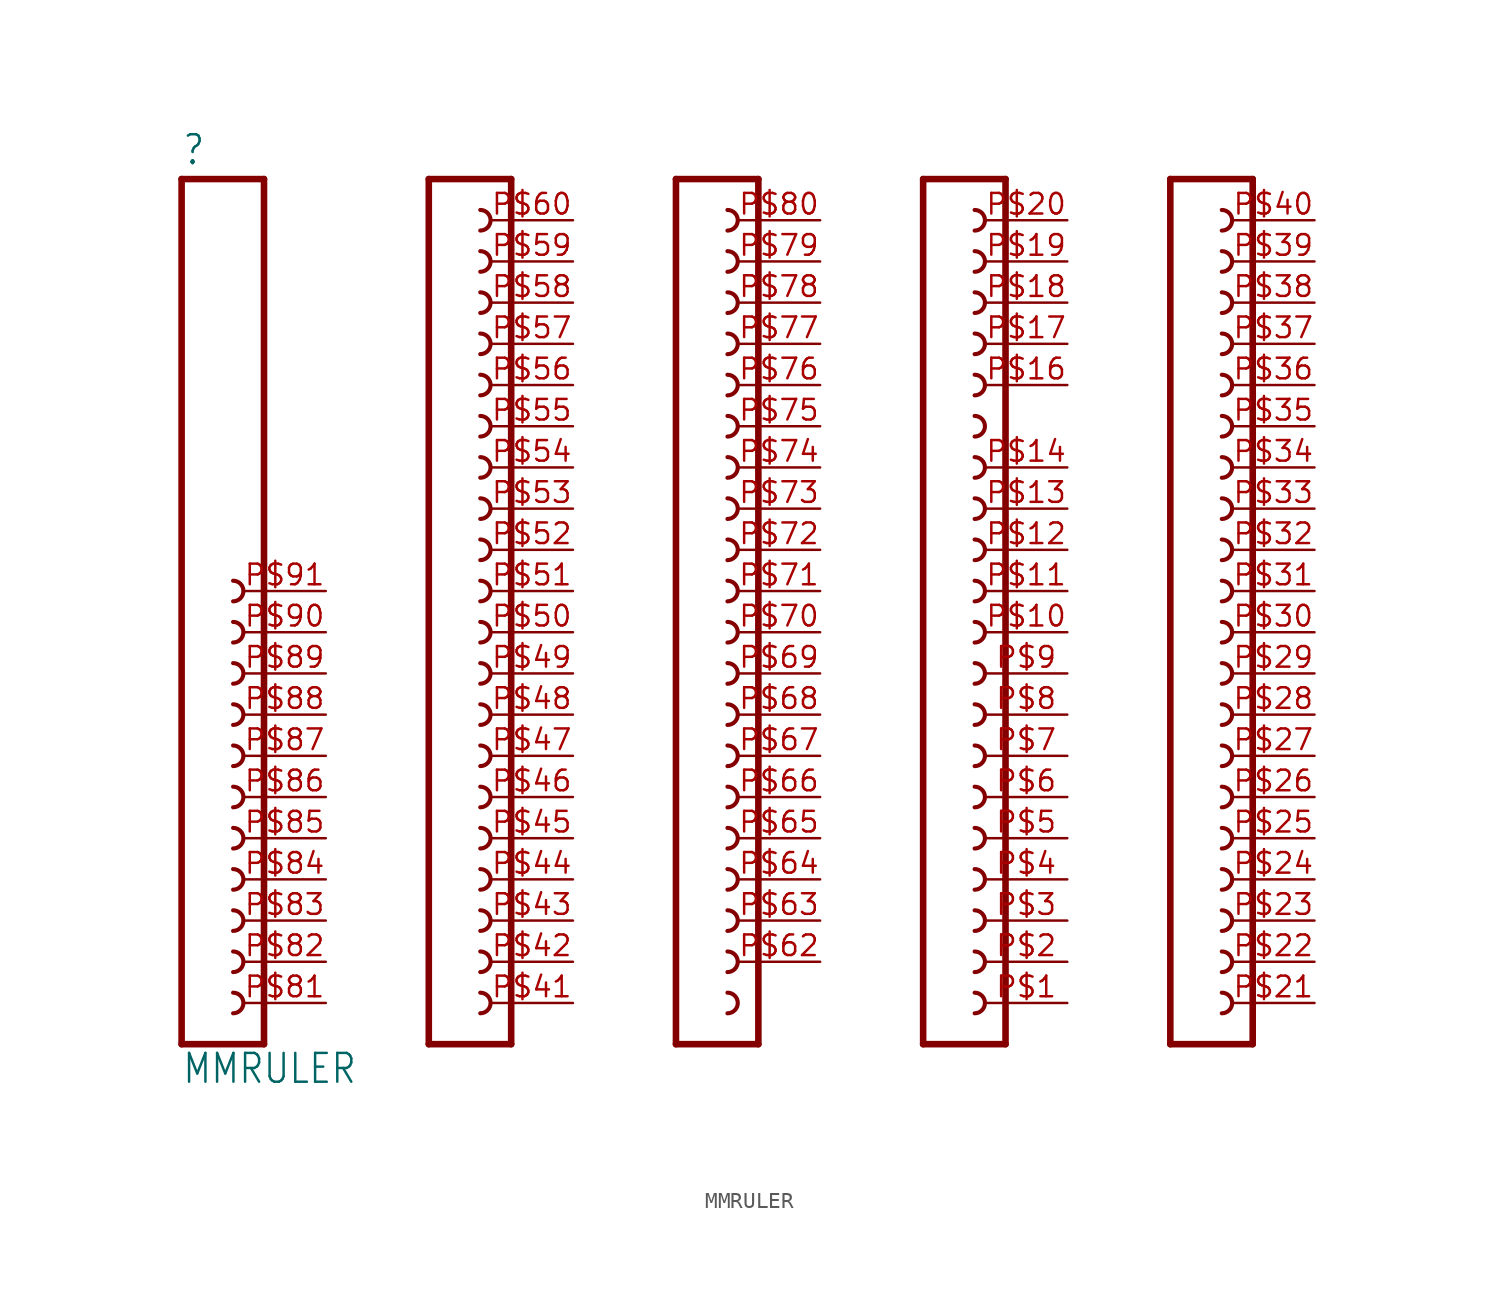
<source format=kicad_sym>
(kicad_symbol_lib
  (version 20211014)
  (generator kicad_symbol_editor)
  (symbol "MMRULER"
    (property "Reference" ""
      (at -49.53 28.702 0)
      (effects (font (size 1.778 1.511)) (justify left bottom)))
    (property "Value" "MMRULER"
      (at -49.53 -27.94 0)
      (effects (font (size 1.778 1.511)) (justify left bottom)))
    (property "ki_locked" ""
      (at 0 0 0)
      (effects (font (size 1.27 1.27))))
    (symbol "MMRULER_1_0"
      (arc (start -46.355 -23.495) (mid -45.72 -22.86) (end -46.355 -22.225) (stroke (width 0.254) (type default) (color 0 0 0 0)) (fill (type none)))
      (arc (start -46.355 -20.955) (mid -45.72 -20.32) (end -46.355 -19.685) (stroke (width 0.254) (type default) (color 0 0 0 0)) (fill (type none)))
      (arc (start -46.355 -18.415) (mid -45.72 -17.78) (end -46.355 -17.145) (stroke (width 0.254) (type default) (color 0 0 0 0)) (fill (type none)))
      (arc (start -46.355 -15.875) (mid -45.72 -15.24) (end -46.355 -14.605) (stroke (width 0.254) (type default) (color 0 0 0 0)) (fill (type none)))
      (arc (start -46.355 -13.335) (mid -45.72 -12.7) (end -46.355 -12.065) (stroke (width 0.254) (type default) (color 0 0 0 0)) (fill (type none)))
      (arc (start -46.355 -10.795) (mid -45.72 -10.16) (end -46.355 -9.525) (stroke (width 0.254) (type default) (color 0 0 0 0)) (fill (type none)))
      (arc (start -46.355 -8.255) (mid -45.72 -7.62) (end -46.355 -6.985) (stroke (width 0.254) (type default) (color 0 0 0 0)) (fill (type none)))
      (arc (start -46.355 -5.715) (mid -45.72 -5.08) (end -46.355 -4.445) (stroke (width 0.254) (type default) (color 0 0 0 0)) (fill (type none)))
      (arc (start -46.355 -3.175) (mid -45.72 -2.54) (end -46.355 -1.905) (stroke (width 0.254) (type default) (color 0 0 0 0)) (fill (type none)))
      (arc (start -46.355 -0.635) (mid -45.72 0) (end -46.355 0.635) (stroke (width 0.254) (type default) (color 0 0 0 0)) (fill (type none)))
      (arc (start -46.355 1.905) (mid -45.72 2.54) (end -46.355 3.175) (stroke (width 0.254) (type default) (color 0 0 0 0)) (fill (type none)))
      (arc (start -31.115 -23.495) (mid -30.48 -22.86) (end -31.115 -22.225) (stroke (width 0.254) (type default) (color 0 0 0 0)) (fill (type none)))
      (arc (start -31.115 -20.955) (mid -30.48 -20.32) (end -31.115 -19.685) (stroke (width 0.254) (type default) (color 0 0 0 0)) (fill (type none)))
      (arc (start -31.115 -18.415) (mid -30.48 -17.78) (end -31.115 -17.145) (stroke (width 0.254) (type default) (color 0 0 0 0)) (fill (type none)))
      (arc (start -31.115 -15.875) (mid -30.48 -15.24) (end -31.115 -14.605) (stroke (width 0.254) (type default) (color 0 0 0 0)) (fill (type none)))
      (arc (start -31.115 -13.335) (mid -30.48 -12.7) (end -31.115 -12.065) (stroke (width 0.254) (type default) (color 0 0 0 0)) (fill (type none)))
      (arc (start -31.115 -10.795) (mid -30.48 -10.16) (end -31.115 -9.525) (stroke (width 0.254) (type default) (color 0 0 0 0)) (fill (type none)))
      (arc (start -31.115 -8.255) (mid -30.48 -7.62) (end -31.115 -6.985) (stroke (width 0.254) (type default) (color 0 0 0 0)) (fill (type none)))
      (arc (start -31.115 -5.715) (mid -30.48 -5.08) (end -31.115 -4.445) (stroke (width 0.254) (type default) (color 0 0 0 0)) (fill (type none)))
      (arc (start -31.115 -3.175) (mid -30.48 -2.54) (end -31.115 -1.905) (stroke (width 0.254) (type default) (color 0 0 0 0)) (fill (type none)))
      (arc (start -31.115 -0.635) (mid -30.48 0) (end -31.115 0.635) (stroke (width 0.254) (type default) (color 0 0 0 0)) (fill (type none)))
      (arc (start -31.115 1.905) (mid -30.48 2.54) (end -31.115 3.175) (stroke (width 0.254) (type default) (color 0 0 0 0)) (fill (type none)))
      (arc (start -31.115 4.445) (mid -30.48 5.08) (end -31.115 5.715) (stroke (width 0.254) (type default) (color 0 0 0 0)) (fill (type none)))
      (arc (start -31.115 6.985) (mid -30.48 7.62) (end -31.115 8.255) (stroke (width 0.254) (type default) (color 0 0 0 0)) (fill (type none)))
      (arc (start -31.115 9.525) (mid -30.48 10.16) (end -31.115 10.795) (stroke (width 0.254) (type default) (color 0 0 0 0)) (fill (type none)))
      (arc (start -31.115 12.065) (mid -30.48 12.7) (end -31.115 13.335) (stroke (width 0.254) (type default) (color 0 0 0 0)) (fill (type none)))
      (arc (start -31.115 14.605) (mid -30.48 15.24) (end -31.115 15.875) (stroke (width 0.254) (type default) (color 0 0 0 0)) (fill (type none)))
      (arc (start -31.115 17.145) (mid -30.48 17.78) (end -31.115 18.415) (stroke (width 0.254) (type default) (color 0 0 0 0)) (fill (type none)))
      (arc (start -31.115 19.685) (mid -30.48 20.32) (end -31.115 20.955) (stroke (width 0.254) (type default) (color 0 0 0 0)) (fill (type none)))
      (arc (start -31.115 22.225) (mid -30.48 22.86) (end -31.115 23.495) (stroke (width 0.254) (type default) (color 0 0 0 0)) (fill (type none)))
      (arc (start -31.115 24.765) (mid -30.48 25.4) (end -31.115 26.035) (stroke (width 0.254) (type default) (color 0 0 0 0)) (fill (type none)))
      (arc (start -15.875 -23.495) (mid -15.24 -22.86) (end -15.875 -22.225) (stroke (width 0.254) (type default) (color 0 0 0 0)) (fill (type none)))
      (arc (start -15.875 -20.955) (mid -15.24 -20.32) (end -15.875 -19.685) (stroke (width 0.254) (type default) (color 0 0 0 0)) (fill (type none)))
      (arc (start -15.875 -18.415) (mid -15.24 -17.78) (end -15.875 -17.145) (stroke (width 0.254) (type default) (color 0 0 0 0)) (fill (type none)))
      (arc (start -15.875 -15.875) (mid -15.24 -15.24) (end -15.875 -14.605) (stroke (width 0.254) (type default) (color 0 0 0 0)) (fill (type none)))
      (arc (start -15.875 -13.335) (mid -15.24 -12.7) (end -15.875 -12.065) (stroke (width 0.254) (type default) (color 0 0 0 0)) (fill (type none)))
      (arc (start -15.875 -10.795) (mid -15.24 -10.16) (end -15.875 -9.525) (stroke (width 0.254) (type default) (color 0 0 0 0)) (fill (type none)))
      (arc (start -15.875 -8.255) (mid -15.24 -7.62) (end -15.875 -6.985) (stroke (width 0.254) (type default) (color 0 0 0 0)) (fill (type none)))
      (arc (start -15.875 -5.715) (mid -15.24 -5.08) (end -15.875 -4.445) (stroke (width 0.254) (type default) (color 0 0 0 0)) (fill (type none)))
      (arc (start -15.875 -3.175) (mid -15.24 -2.54) (end -15.875 -1.905) (stroke (width 0.254) (type default) (color 0 0 0 0)) (fill (type none)))
      (arc (start -15.875 -0.635) (mid -15.24 0) (end -15.875 0.635) (stroke (width 0.254) (type default) (color 0 0 0 0)) (fill (type none)))
      (arc (start -15.875 1.905) (mid -15.24 2.54) (end -15.875 3.175) (stroke (width 0.254) (type default) (color 0 0 0 0)) (fill (type none)))
      (arc (start -15.875 4.445) (mid -15.24 5.08) (end -15.875 5.715) (stroke (width 0.254) (type default) (color 0 0 0 0)) (fill (type none)))
      (arc (start -15.875 6.985) (mid -15.24 7.62) (end -15.875 8.255) (stroke (width 0.254) (type default) (color 0 0 0 0)) (fill (type none)))
      (arc (start -15.875 9.525) (mid -15.24 10.16) (end -15.875 10.795) (stroke (width 0.254) (type default) (color 0 0 0 0)) (fill (type none)))
      (arc (start -15.875 12.065) (mid -15.24 12.7) (end -15.875 13.335) (stroke (width 0.254) (type default) (color 0 0 0 0)) (fill (type none)))
      (arc (start -15.875 14.605) (mid -15.24 15.24) (end -15.875 15.875) (stroke (width 0.254) (type default) (color 0 0 0 0)) (fill (type none)))
      (arc (start -15.875 17.145) (mid -15.24 17.78) (end -15.875 18.415) (stroke (width 0.254) (type default) (color 0 0 0 0)) (fill (type none)))
      (arc (start -15.875 19.685) (mid -15.24 20.32) (end -15.875 20.955) (stroke (width 0.254) (type default) (color 0 0 0 0)) (fill (type none)))
      (arc (start -15.875 22.225) (mid -15.24 22.86) (end -15.875 23.495) (stroke (width 0.254) (type default) (color 0 0 0 0)) (fill (type none)))
      (arc (start -15.875 24.765) (mid -15.24 25.4) (end -15.875 26.035) (stroke (width 0.254) (type default) (color 0 0 0 0)) (fill (type none)))
      (arc (start -0.635 -23.495) (mid 0 -22.86) (end -0.635 -22.225) (stroke (width 0.254) (type default) (color 0 0 0 0)) (fill (type none)))
      (arc (start -0.635 -20.955) (mid 0 -20.32) (end -0.635 -19.685) (stroke (width 0.254) (type default) (color 0 0 0 0)) (fill (type none)))
      (arc (start -0.635 -18.415) (mid 0 -17.78) (end -0.635 -17.145) (stroke (width 0.254) (type default) (color 0 0 0 0)) (fill (type none)))
      (arc (start -0.635 -15.875) (mid 0 -15.24) (end -0.635 -14.605) (stroke (width 0.254) (type default) (color 0 0 0 0)) (fill (type none)))
      (arc (start -0.635 -13.335) (mid 0 -12.7) (end -0.635 -12.065) (stroke (width 0.254) (type default) (color 0 0 0 0)) (fill (type none)))
      (arc (start -0.635 -10.795) (mid 0 -10.16) (end -0.635 -9.525) (stroke (width 0.254) (type default) (color 0 0 0 0)) (fill (type none)))
      (arc (start -0.635 -8.255) (mid 0 -7.62) (end -0.635 -6.985) (stroke (width 0.254) (type default) (color 0 0 0 0)) (fill (type none)))
      (arc (start -0.635 -5.715) (mid 0 -5.08) (end -0.635 -4.445) (stroke (width 0.254) (type default) (color 0 0 0 0)) (fill (type none)))
      (arc (start -0.635 -3.175) (mid 0 -2.54) (end -0.635 -1.905) (stroke (width 0.254) (type default) (color 0 0 0 0)) (fill (type none)))
      (arc (start -0.635 -0.635) (mid 0 0) (end -0.635 0.635) (stroke (width 0.254) (type default) (color 0 0 0 0)) (fill (type none)))
      (arc (start -0.635 1.905) (mid 0 2.54) (end -0.635 3.175) (stroke (width 0.254) (type default) (color 0 0 0 0)) (fill (type none)))
      (arc (start -0.635 4.445) (mid 0 5.08) (end -0.635 5.715) (stroke (width 0.254) (type default) (color 0 0 0 0)) (fill (type none)))
      (arc (start -0.635 6.985) (mid 0 7.62) (end -0.635 8.255) (stroke (width 0.254) (type default) (color 0 0 0 0)) (fill (type none)))
      (arc (start -0.635 9.525) (mid 0 10.16) (end -0.635 10.795) (stroke (width 0.254) (type default) (color 0 0 0 0)) (fill (type none)))
      (arc (start -0.635 12.065) (mid 0 12.7) (end -0.635 13.335) (stroke (width 0.254) (type default) (color 0 0 0 0)) (fill (type none)))
      (arc (start -0.635 14.605) (mid 0 15.24) (end -0.635 15.875) (stroke (width 0.254) (type default) (color 0 0 0 0)) (fill (type none)))
      (arc (start -0.635 17.145) (mid 0 17.78) (end -0.635 18.415) (stroke (width 0.254) (type default) (color 0 0 0 0)) (fill (type none)))
      (arc (start -0.635 19.685) (mid 0 20.32) (end -0.635 20.955) (stroke (width 0.254) (type default) (color 0 0 0 0)) (fill (type none)))
      (arc (start -0.635 22.225) (mid 0 22.86) (end -0.635 23.495) (stroke (width 0.254) (type default) (color 0 0 0 0)) (fill (type none)))
      (arc (start -0.635 24.765) (mid 0 25.4) (end -0.635 26.035) (stroke (width 0.254) (type default) (color 0 0 0 0)) (fill (type none)))
      (polyline (pts (xy -49.53 27.94) (xy -49.53 -25.4)) (stroke (width 0.406) (type default) (color 0 0 0 0)) (fill (type none)))
      (polyline (pts (xy -49.53 27.94) (xy -44.45 27.94)) (stroke (width 0.406) (type default) (color 0 0 0 0)) (fill (type none)))
      (polyline (pts (xy -44.45 -25.4) (xy -49.53 -25.4)) (stroke (width 0.406) (type default) (color 0 0 0 0)) (fill (type none)))
      (polyline (pts (xy -44.45 -25.4) (xy -44.45 27.94)) (stroke (width 0.406) (type default) (color 0 0 0 0)) (fill (type none)))
      (polyline (pts (xy -34.29 27.94) (xy -34.29 -25.4)) (stroke (width 0.406) (type default) (color 0 0 0 0)) (fill (type none)))
      (polyline (pts (xy -34.29 27.94) (xy -29.21 27.94)) (stroke (width 0.406) (type default) (color 0 0 0 0)) (fill (type none)))
      (polyline (pts (xy -29.21 -25.4) (xy -34.29 -25.4)) (stroke (width 0.406) (type default) (color 0 0 0 0)) (fill (type none)))
      (polyline (pts (xy -29.21 -25.4) (xy -29.21 27.94)) (stroke (width 0.406) (type default) (color 0 0 0 0)) (fill (type none)))
      (polyline (pts (xy -19.05 27.94) (xy -19.05 -25.4)) (stroke (width 0.406) (type default) (color 0 0 0 0)) (fill (type none)))
      (polyline (pts (xy -19.05 27.94) (xy -13.97 27.94)) (stroke (width 0.406) (type default) (color 0 0 0 0)) (fill (type none)))
      (polyline (pts (xy -13.97 -25.4) (xy -19.05 -25.4)) (stroke (width 0.406) (type default) (color 0 0 0 0)) (fill (type none)))
      (polyline (pts (xy -13.97 -25.4) (xy -13.97 27.94)) (stroke (width 0.406) (type default) (color 0 0 0 0)) (fill (type none)))
      (polyline (pts (xy -3.81 27.94) (xy -3.81 -25.4)) (stroke (width 0.406) (type default) (color 0 0 0 0)) (fill (type none)))
      (polyline (pts (xy -3.81 27.94) (xy 1.27 27.94)) (stroke (width 0.406) (type default) (color 0 0 0 0)) (fill (type none)))
      (polyline (pts (xy 1.27 -25.4) (xy -3.81 -25.4)) (stroke (width 0.406) (type default) (color 0 0 0 0)) (fill (type none)))
      (polyline (pts (xy 1.27 -25.4) (xy 1.27 27.94)) (stroke (width 0.406) (type default) (color 0 0 0 0)) (fill (type none)))
      (polyline (pts (xy 11.43 27.94) (xy 11.43 -25.4)) (stroke (width 0.406) (type default) (color 0 0 0 0)) (fill (type none)))
      (polyline (pts (xy 11.43 27.94) (xy 16.51 27.94)) (stroke (width 0.406) (type default) (color 0 0 0 0)) (fill (type none)))
      (polyline (pts (xy 16.51 -25.4) (xy 11.43 -25.4)) (stroke (width 0.406) (type default) (color 0 0 0 0)) (fill (type none)))
      (polyline (pts (xy 16.51 -25.4) (xy 16.51 27.94)) (stroke (width 0.406) (type default) (color 0 0 0 0)) (fill (type none)))
      (arc (start 14.605 -23.495) (mid 15.24 -22.86) (end 14.605 -22.225) (stroke (width 0.254) (type default) (color 0 0 0 0)) (fill (type none)))
      (arc (start 14.605 -20.955) (mid 15.24 -20.32) (end 14.605 -19.685) (stroke (width 0.254) (type default) (color 0 0 0 0)) (fill (type none)))
      (arc (start 14.605 -18.415) (mid 15.24 -17.78) (end 14.605 -17.145) (stroke (width 0.254) (type default) (color 0 0 0 0)) (fill (type none)))
      (arc (start 14.605 -15.875) (mid 15.24 -15.24) (end 14.605 -14.605) (stroke (width 0.254) (type default) (color 0 0 0 0)) (fill (type none)))
      (arc (start 14.605 -13.335) (mid 15.24 -12.7) (end 14.605 -12.065) (stroke (width 0.254) (type default) (color 0 0 0 0)) (fill (type none)))
      (arc (start 14.605 -10.795) (mid 15.24 -10.16) (end 14.605 -9.525) (stroke (width 0.254) (type default) (color 0 0 0 0)) (fill (type none)))
      (arc (start 14.605 -8.255) (mid 15.24 -7.62) (end 14.605 -6.985) (stroke (width 0.254) (type default) (color 0 0 0 0)) (fill (type none)))
      (arc (start 14.605 -5.715) (mid 15.24 -5.08) (end 14.605 -4.445) (stroke (width 0.254) (type default) (color 0 0 0 0)) (fill (type none)))
      (arc (start 14.605 -3.175) (mid 15.24 -2.54) (end 14.605 -1.905) (stroke (width 0.254) (type default) (color 0 0 0 0)) (fill (type none)))
      (arc (start 14.605 -0.635) (mid 15.24 0) (end 14.605 0.635) (stroke (width 0.254) (type default) (color 0 0 0 0)) (fill (type none)))
      (arc (start 14.605 1.905) (mid 15.24 2.54) (end 14.605 3.175) (stroke (width 0.254) (type default) (color 0 0 0 0)) (fill (type none)))
      (arc (start 14.605 4.445) (mid 15.24 5.08) (end 14.605 5.715) (stroke (width 0.254) (type default) (color 0 0 0 0)) (fill (type none)))
      (arc (start 14.605 6.985) (mid 15.24 7.62) (end 14.605 8.255) (stroke (width 0.254) (type default) (color 0 0 0 0)) (fill (type none)))
      (arc (start 14.605 9.525) (mid 15.24 10.16) (end 14.605 10.795) (stroke (width 0.254) (type default) (color 0 0 0 0)) (fill (type none)))
      (arc (start 14.605 12.065) (mid 15.24 12.7) (end 14.605 13.335) (stroke (width 0.254) (type default) (color 0 0 0 0)) (fill (type none)))
      (arc (start 14.605 14.605) (mid 15.24 15.24) (end 14.605 15.875) (stroke (width 0.254) (type default) (color 0 0 0 0)) (fill (type none)))
      (arc (start 14.605 17.145) (mid 15.24 17.78) (end 14.605 18.415) (stroke (width 0.254) (type default) (color 0 0 0 0)) (fill (type none)))
      (arc (start 14.605 19.685) (mid 15.24 20.32) (end 14.605 20.955) (stroke (width 0.254) (type default) (color 0 0 0 0)) (fill (type none)))
      (arc (start 14.605 22.225) (mid 15.24 22.86) (end 14.605 23.495) (stroke (width 0.254) (type default) (color 0 0 0 0)) (fill (type none)))
      (arc (start 14.605 24.765) (mid 15.24 25.4) (end 14.605 26.035) (stroke (width 0.254) (type default) (color 0 0 0 0)) (fill (type none)))
      (pin passive line (at 5.08 -22.86 180) (length 5.08) (name "1" (effects (font (size 0 0)))) (number "P$1" (effects (font (size 1.27 1.27)))))
      (pin passive line (at 5.08 0 180) (length 5.08) (name "10" (effects (font (size 0 0)))) (number "P$10" (effects (font (size 1.27 1.27)))))
      (pin passive line (at 5.08 2.54 180) (length 5.08) (name "11" (effects (font (size 0 0)))) (number "P$11" (effects (font (size 1.27 1.27)))))
      (pin passive line (at 5.08 5.08 180) (length 5.08) (name "12" (effects (font (size 0 0)))) (number "P$12" (effects (font (size 1.27 1.27)))))
      (pin passive line (at 5.08 7.62 180) (length 5.08) (name "13" (effects (font (size 0 0)))) (number "P$13" (effects (font (size 1.27 1.27)))))
      (pin passive line (at 5.08 10.16 180) (length 5.08) (name "14" (effects (font (size 0 0)))) (number "P$14" (effects (font (size 1.27 1.27)))))
      (pin passive line (at 5.08 15.24 180) (length 5.08) (name "16" (effects (font (size 0 0)))) (number "P$16" (effects (font (size 1.27 1.27)))))
      (pin passive line (at 5.08 17.78 180) (length 5.08) (name "17" (effects (font (size 0 0)))) (number "P$17" (effects (font (size 1.27 1.27)))))
      (pin passive line (at 5.08 20.32 180) (length 5.08) (name "18" (effects (font (size 0 0)))) (number "P$18" (effects (font (size 1.27 1.27)))))
      (pin passive line (at 5.08 22.86 180) (length 5.08) (name "19" (effects (font (size 0 0)))) (number "P$19" (effects (font (size 1.27 1.27)))))
      (pin passive line (at 5.08 -20.32 180) (length 5.08) (name "2" (effects (font (size 0 0)))) (number "P$2" (effects (font (size 1.27 1.27)))))
      (pin passive line (at 5.08 25.4 180) (length 5.08) (name "20" (effects (font (size 0 0)))) (number "P$20" (effects (font (size 1.27 1.27)))))
      (pin passive line (at 20.32 -22.86 180) (length 5.08) (name "21" (effects (font (size 0 0)))) (number "P$21" (effects (font (size 1.27 1.27)))))
      (pin passive line (at 20.32 -20.32 180) (length 5.08) (name "22" (effects (font (size 0 0)))) (number "P$22" (effects (font (size 1.27 1.27)))))
      (pin passive line (at 20.32 -17.78 180) (length 5.08) (name "23" (effects (font (size 0 0)))) (number "P$23" (effects (font (size 1.27 1.27)))))
      (pin passive line (at 20.32 -15.24 180) (length 5.08) (name "24" (effects (font (size 0 0)))) (number "P$24" (effects (font (size 1.27 1.27)))))
      (pin passive line (at 20.32 -12.7 180) (length 5.08) (name "25" (effects (font (size 0 0)))) (number "P$25" (effects (font (size 1.27 1.27)))))
      (pin passive line (at 20.32 -10.16 180) (length 5.08) (name "26" (effects (font (size 0 0)))) (number "P$26" (effects (font (size 1.27 1.27)))))
      (pin passive line (at 20.32 -7.62 180) (length 5.08) (name "27" (effects (font (size 0 0)))) (number "P$27" (effects (font (size 1.27 1.27)))))
      (pin passive line (at 20.32 -5.08 180) (length 5.08) (name "28" (effects (font (size 0 0)))) (number "P$28" (effects (font (size 1.27 1.27)))))
      (pin passive line (at 20.32 -2.54 180) (length 5.08) (name "29" (effects (font (size 0 0)))) (number "P$29" (effects (font (size 1.27 1.27)))))
      (pin passive line (at 5.08 -17.78 180) (length 5.08) (name "3" (effects (font (size 0 0)))) (number "P$3" (effects (font (size 1.27 1.27)))))
      (pin passive line (at 20.32 0 180) (length 5.08) (name "30" (effects (font (size 0 0)))) (number "P$30" (effects (font (size 1.27 1.27)))))
      (pin passive line (at 20.32 2.54 180) (length 5.08) (name "31" (effects (font (size 0 0)))) (number "P$31" (effects (font (size 1.27 1.27)))))
      (pin passive line (at 20.32 5.08 180) (length 5.08) (name "32" (effects (font (size 0 0)))) (number "P$32" (effects (font (size 1.27 1.27)))))
      (pin passive line (at 20.32 7.62 180) (length 5.08) (name "33" (effects (font (size 0 0)))) (number "P$33" (effects (font (size 1.27 1.27)))))
      (pin passive line (at 20.32 10.16 180) (length 5.08) (name "34" (effects (font (size 0 0)))) (number "P$34" (effects (font (size 1.27 1.27)))))
      (pin passive line (at 20.32 12.7 180) (length 5.08) (name "35" (effects (font (size 0 0)))) (number "P$35" (effects (font (size 1.27 1.27)))))
      (pin passive line (at 20.32 15.24 180) (length 5.08) (name "36" (effects (font (size 0 0)))) (number "P$36" (effects (font (size 1.27 1.27)))))
      (pin passive line (at 20.32 17.78 180) (length 5.08) (name "37" (effects (font (size 0 0)))) (number "P$37" (effects (font (size 1.27 1.27)))))
      (pin passive line (at 20.32 20.32 180) (length 5.08) (name "38" (effects (font (size 0 0)))) (number "P$38" (effects (font (size 1.27 1.27)))))
      (pin passive line (at 20.32 22.86 180) (length 5.08) (name "39" (effects (font (size 0 0)))) (number "P$39" (effects (font (size 1.27 1.27)))))
      (pin passive line (at 5.08 -15.24 180) (length 5.08) (name "4" (effects (font (size 0 0)))) (number "P$4" (effects (font (size 1.27 1.27)))))
      (pin passive line (at 20.32 25.4 180) (length 5.08) (name "40" (effects (font (size 0 0)))) (number "P$40" (effects (font (size 1.27 1.27)))))
      (pin passive line (at -25.4 -22.86 180) (length 5.08) (name "41" (effects (font (size 0 0)))) (number "P$41" (effects (font (size 1.27 1.27)))))
      (pin passive line (at -25.4 -20.32 180) (length 5.08) (name "42" (effects (font (size 0 0)))) (number "P$42" (effects (font (size 1.27 1.27)))))
      (pin passive line (at -25.4 -17.78 180) (length 5.08) (name "43" (effects (font (size 0 0)))) (number "P$43" (effects (font (size 1.27 1.27)))))
      (pin passive line (at -25.4 -15.24 180) (length 5.08) (name "44" (effects (font (size 0 0)))) (number "P$44" (effects (font (size 1.27 1.27)))))
      (pin passive line (at -25.4 -12.7 180) (length 5.08) (name "45" (effects (font (size 0 0)))) (number "P$45" (effects (font (size 1.27 1.27)))))
      (pin passive line (at -25.4 -10.16 180) (length 5.08) (name "46" (effects (font (size 0 0)))) (number "P$46" (effects (font (size 1.27 1.27)))))
      (pin passive line (at -25.4 -7.62 180) (length 5.08) (name "47" (effects (font (size 0 0)))) (number "P$47" (effects (font (size 1.27 1.27)))))
      (pin passive line (at -25.4 -5.08 180) (length 5.08) (name "48" (effects (font (size 0 0)))) (number "P$48" (effects (font (size 1.27 1.27)))))
      (pin passive line (at -25.4 -2.54 180) (length 5.08) (name "49" (effects (font (size 0 0)))) (number "P$49" (effects (font (size 1.27 1.27)))))
      (pin passive line (at 5.08 -12.7 180) (length 5.08) (name "5" (effects (font (size 0 0)))) (number "P$5" (effects (font (size 1.27 1.27)))))
      (pin passive line (at -25.4 0 180) (length 5.08) (name "50" (effects (font (size 0 0)))) (number "P$50" (effects (font (size 1.27 1.27)))))
      (pin passive line (at -25.4 2.54 180) (length 5.08) (name "51" (effects (font (size 0 0)))) (number "P$51" (effects (font (size 1.27 1.27)))))
      (pin passive line (at -25.4 5.08 180) (length 5.08) (name "52" (effects (font (size 0 0)))) (number "P$52" (effects (font (size 1.27 1.27)))))
      (pin passive line (at -25.4 7.62 180) (length 5.08) (name "53" (effects (font (size 0 0)))) (number "P$53" (effects (font (size 1.27 1.27)))))
      (pin passive line (at -25.4 10.16 180) (length 5.08) (name "54" (effects (font (size 0 0)))) (number "P$54" (effects (font (size 1.27 1.27)))))
      (pin passive line (at -25.4 12.7 180) (length 5.08) (name "55" (effects (font (size 0 0)))) (number "P$55" (effects (font (size 1.27 1.27)))))
      (pin passive line (at -25.4 15.24 180) (length 5.08) (name "56" (effects (font (size 0 0)))) (number "P$56" (effects (font (size 1.27 1.27)))))
      (pin passive line (at -25.4 17.78 180) (length 5.08) (name "57" (effects (font (size 0 0)))) (number "P$57" (effects (font (size 1.27 1.27)))))
      (pin passive line (at -25.4 20.32 180) (length 5.08) (name "58" (effects (font (size 0 0)))) (number "P$58" (effects (font (size 1.27 1.27)))))
      (pin passive line (at -25.4 22.86 180) (length 5.08) (name "59" (effects (font (size 0 0)))) (number "P$59" (effects (font (size 1.27 1.27)))))
      (pin passive line (at 5.08 -10.16 180) (length 5.08) (name "6" (effects (font (size 0 0)))) (number "P$6" (effects (font (size 1.27 1.27)))))
      (pin passive line (at -25.4 25.4 180) (length 5.08) (name "60" (effects (font (size 0 0)))) (number "P$60" (effects (font (size 1.27 1.27)))))
      (pin passive line (at -10.16 -20.32 180) (length 5.08) (name "62" (effects (font (size 0 0)))) (number "P$62" (effects (font (size 1.27 1.27)))))
      (pin passive line (at -10.16 -17.78 180) (length 5.08) (name "63" (effects (font (size 0 0)))) (number "P$63" (effects (font (size 1.27 1.27)))))
      (pin passive line (at -10.16 -15.24 180) (length 5.08) (name "64" (effects (font (size 0 0)))) (number "P$64" (effects (font (size 1.27 1.27)))))
      (pin passive line (at -10.16 -12.7 180) (length 5.08) (name "65" (effects (font (size 0 0)))) (number "P$65" (effects (font (size 1.27 1.27)))))
      (pin passive line (at -10.16 -10.16 180) (length 5.08) (name "66" (effects (font (size 0 0)))) (number "P$66" (effects (font (size 1.27 1.27)))))
      (pin passive line (at -10.16 -7.62 180) (length 5.08) (name "67" (effects (font (size 0 0)))) (number "P$67" (effects (font (size 1.27 1.27)))))
      (pin passive line (at -10.16 -5.08 180) (length 5.08) (name "68" (effects (font (size 0 0)))) (number "P$68" (effects (font (size 1.27 1.27)))))
      (pin passive line (at -10.16 -2.54 180) (length 5.08) (name "69" (effects (font (size 0 0)))) (number "P$69" (effects (font (size 1.27 1.27)))))
      (pin passive line (at 5.08 -7.62 180) (length 5.08) (name "7" (effects (font (size 0 0)))) (number "P$7" (effects (font (size 1.27 1.27)))))
      (pin passive line (at -10.16 0 180) (length 5.08) (name "70" (effects (font (size 0 0)))) (number "P$70" (effects (font (size 1.27 1.27)))))
      (pin passive line (at -10.16 2.54 180) (length 5.08) (name "71" (effects (font (size 0 0)))) (number "P$71" (effects (font (size 1.27 1.27)))))
      (pin passive line (at -10.16 5.08 180) (length 5.08) (name "72" (effects (font (size 0 0)))) (number "P$72" (effects (font (size 1.27 1.27)))))
      (pin passive line (at -10.16 7.62 180) (length 5.08) (name "73" (effects (font (size 0 0)))) (number "P$73" (effects (font (size 1.27 1.27)))))
      (pin passive line (at -10.16 10.16 180) (length 5.08) (name "74" (effects (font (size 0 0)))) (number "P$74" (effects (font (size 1.27 1.27)))))
      (pin passive line (at -10.16 12.7 180) (length 5.08) (name "75" (effects (font (size 0 0)))) (number "P$75" (effects (font (size 1.27 1.27)))))
      (pin passive line (at -10.16 15.24 180) (length 5.08) (name "76" (effects (font (size 0 0)))) (number "P$76" (effects (font (size 1.27 1.27)))))
      (pin passive line (at -10.16 17.78 180) (length 5.08) (name "77" (effects (font (size 0 0)))) (number "P$77" (effects (font (size 1.27 1.27)))))
      (pin passive line (at -10.16 20.32 180) (length 5.08) (name "78" (effects (font (size 0 0)))) (number "P$78" (effects (font (size 1.27 1.27)))))
      (pin passive line (at -10.16 22.86 180) (length 5.08) (name "79" (effects (font (size 0 0)))) (number "P$79" (effects (font (size 1.27 1.27)))))
      (pin passive line (at 5.08 -5.08 180) (length 5.08) (name "8" (effects (font (size 0 0)))) (number "P$8" (effects (font (size 1.27 1.27)))))
      (pin passive line (at -10.16 25.4 180) (length 5.08) (name "80" (effects (font (size 0 0)))) (number "P$80" (effects (font (size 1.27 1.27)))))
      (pin passive line (at -40.64 -22.86 180) (length 5.08) (name "81" (effects (font (size 0 0)))) (number "P$81" (effects (font (size 1.27 1.27)))))
      (pin passive line (at -40.64 -20.32 180) (length 5.08) (name "82" (effects (font (size 0 0)))) (number "P$82" (effects (font (size 1.27 1.27)))))
      (pin passive line (at -40.64 -17.78 180) (length 5.08) (name "83" (effects (font (size 0 0)))) (number "P$83" (effects (font (size 1.27 1.27)))))
      (pin passive line (at -40.64 -15.24 180) (length 5.08) (name "84" (effects (font (size 0 0)))) (number "P$84" (effects (font (size 1.27 1.27)))))
      (pin passive line (at -40.64 -12.7 180) (length 5.08) (name "85" (effects (font (size 0 0)))) (number "P$85" (effects (font (size 1.27 1.27)))))
      (pin passive line (at -40.64 -10.16 180) (length 5.08) (name "86" (effects (font (size 0 0)))) (number "P$86" (effects (font (size 1.27 1.27)))))
      (pin passive line (at -40.64 -7.62 180) (length 5.08) (name "87" (effects (font (size 0 0)))) (number "P$87" (effects (font (size 1.27 1.27)))))
      (pin passive line (at -40.64 -5.08 180) (length 5.08) (name "88" (effects (font (size 0 0)))) (number "P$88" (effects (font (size 1.27 1.27)))))
      (pin passive line (at -40.64 -2.54 180) (length 5.08) (name "89" (effects (font (size 0 0)))) (number "P$89" (effects (font (size 1.27 1.27)))))
      (pin passive line (at 5.08 -2.54 180) (length 5.08) (name "9" (effects (font (size 0 0)))) (number "P$9" (effects (font (size 1.27 1.27)))))
      (pin passive line (at -40.64 0 180) (length 5.08) (name "90" (effects (font (size 0 0)))) (number "P$90" (effects (font (size 1.27 1.27)))))
      (pin passive line (at -40.64 2.54 180) (length 5.08) (name "91" (effects (font (size 0 0)))) (number "P$91" (effects (font (size 1.27 1.27))))))))
</source>
